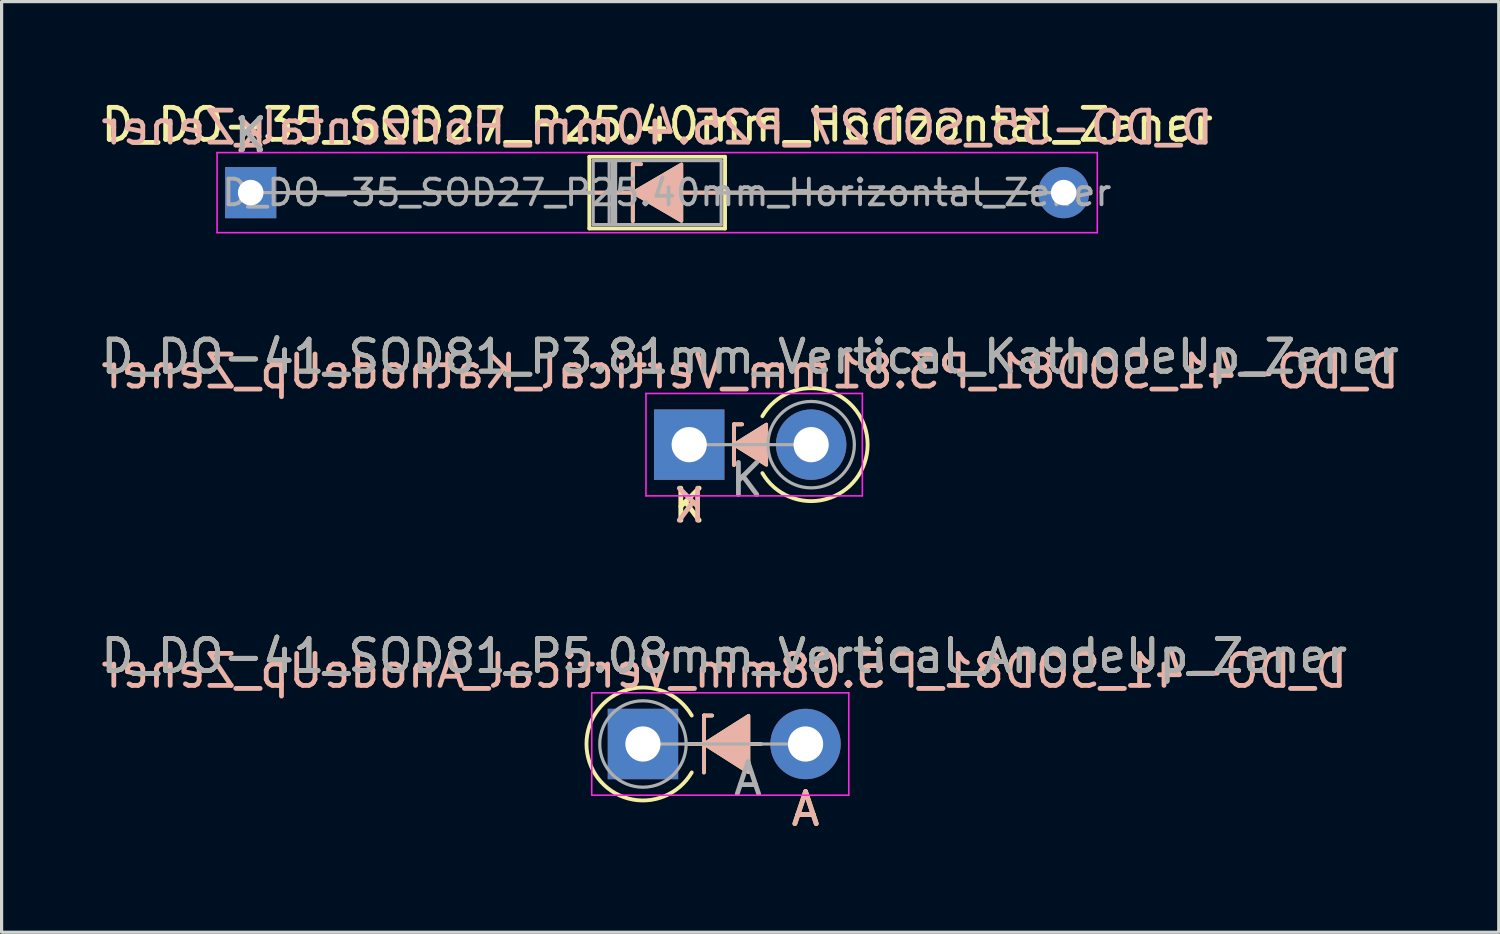
<source format=kicad_pcb>
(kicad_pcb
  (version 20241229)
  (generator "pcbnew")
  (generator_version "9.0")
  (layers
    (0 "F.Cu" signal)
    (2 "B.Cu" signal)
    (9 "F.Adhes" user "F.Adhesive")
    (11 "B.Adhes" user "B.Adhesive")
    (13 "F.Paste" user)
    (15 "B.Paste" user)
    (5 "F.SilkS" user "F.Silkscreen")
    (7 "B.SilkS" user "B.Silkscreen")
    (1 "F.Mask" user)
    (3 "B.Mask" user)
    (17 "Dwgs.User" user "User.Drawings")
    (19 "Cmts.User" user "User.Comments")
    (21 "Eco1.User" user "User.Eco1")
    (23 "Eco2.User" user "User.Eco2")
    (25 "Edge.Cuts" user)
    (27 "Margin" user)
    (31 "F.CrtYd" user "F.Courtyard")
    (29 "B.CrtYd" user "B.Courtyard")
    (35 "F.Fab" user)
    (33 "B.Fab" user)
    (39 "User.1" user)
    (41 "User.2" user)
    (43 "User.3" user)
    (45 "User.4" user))
  (footprint "D_DO-41_SOD81_P5.08mm_Vertical_AnodeUp_Zener"
    (layer "F.Cu")
    (at 17.037 20.194)
    (property "Reference" "D_DO-41_SOD81_P5.08mm_Vertical_AnodeUp_Zener" (at 2.54 -2.751 0) (layer "F.SilkS") (effects (font (size 1 1) (thickness 0.15))))
    (fp_line (start 1.905 -0.889) (end 1.905 0.889) (stroke (width 0.12) (type solid)) (layer "F.SilkS"))
    (fp_line (start 1.905 -0.889) (end 2.159 -0.889) (stroke (width 0.12) (type solid)) (layer "F.SilkS"))
    (fp_line (start 3.683 0) (end 1.397 0) (stroke (width 0.12) (type solid)) (layer "F.SilkS"))
    (fp_arc (start 1.523999 0.889) (mid -1.76434 0) (end 1.523999 -0.888999) (stroke (width 0.12) (type solid)) (layer "F.SilkS"))
    (fp_poly (pts (xy 3.302 0.889) (xy 1.905 0) (xy 3.302 -0.889)) (stroke (width 0.1) (type solid)) (fill yes) (layer "F.SilkS"))
    (fp_line (start 1.905 -0.889) (end 2.159 -0.889) (stroke (width 0.12) (type solid)) (layer "B.SilkS"))
    (fp_line (start 1.905 0.889) (end 1.905 -0.889) (stroke (width 0.12) (type solid)) (layer "B.SilkS"))
    (fp_line (start 3.683 0) (end 1.397 0) (stroke (width 0.12) (type solid)) (layer "B.SilkS"))
    (fp_poly (pts (xy 3.302 -0.889) (xy 1.905 0) (xy 3.302 0.889)) (stroke (width 0.1) (type solid)) (fill yes) (layer "B.SilkS"))
    (fp_line (start -1.6 -1.6) (end -1.6 1.6) (stroke (width 0.05) (type solid)) (layer "F.CrtYd"))
    (fp_line (start -1.6 1.6) (end 6.43 1.6) (stroke (width 0.05) (type solid)) (layer "F.CrtYd"))
    (fp_line (start 6.43 -1.6) (end -1.6 -1.6) (stroke (width 0.05) (type solid)) (layer "F.CrtYd"))
    (fp_line (start 6.43 1.6) (end 6.43 -1.6) (stroke (width 0.05) (type solid)) (layer "F.CrtYd"))
    (fp_line (start 0 0) (end 5.08 0) (stroke (width 0.1) (type solid)) (layer "F.Fab"))
    (fp_circle (center 0 0) (end 1.35 0) (stroke (width 0.1) (type solid)) (fill no) (layer "F.Fab"))
    (fp_text user "A" (at 5.08 2.032 0) (layer "F.SilkS") (effects (font (size 1 1) (thickness 0.15))))
    (fp_text user "${REFERENCE}" (at 2.54 -2.286 0) (layer "B.SilkS") (effects (font (size 1 1) (thickness 0.15)) (justify mirror)))
    (fp_text user "A" (at 5.08 2.032 0) (layer "B.SilkS") (effects (font (size 1 1) (thickness 0.15)) (justify mirror)))
    (fp_text user "A" (at 3.28 1.1 0) (layer "F.Fab") (effects (font (size 1 1) (thickness 0.15))))
    (fp_text user "${REFERENCE}" (at 2.54 -2.751 0) (layer "F.Fab") (effects (font (size 1 1) (thickness 0.15))))
    (pad "1" thru_hole rect (at 0 0) (size 2.2 2.2) (drill 1.1) (layers "*.Cu" "*.Mask"))
    (pad "2" thru_hole oval (at 5.08 0) (size 2.2 2.2) (drill 1.1) (layers "*.Cu" "*.Mask")))
  (footprint "D_DO-41_SOD81_P3.81mm_Vertical_KathodeUp_Zener"
    (layer "F.Cu")
    (at 18.482 10.842)
    (property "Reference" "D_DO-41_SOD81_P3.81mm_Vertical_KathodeUp_Zener" (at 1.905 -2.751 0) (layer "F.SilkS") (effects (font (size 1 1) (thickness 0.15))))
    (fp_line (start 1.397 -0.635) (end 1.397 0.635) (stroke (width 0.12) (type solid)) (layer "F.SilkS"))
    (fp_line (start 1.397 -0.635) (end 1.651 -0.635) (stroke (width 0.12) (type solid)) (layer "F.SilkS"))
    (fp_arc (start 2.286 -0.888999) (mid 5.574339 0.000001) (end 2.286 0.889) (stroke (width 0.12) (type solid)) (layer "F.SilkS"))
    (fp_poly (pts (xy 2.413 0.635) (xy 1.397 0) (xy 2.413 -0.635)) (stroke (width 0.1) (type solid)) (fill yes) (layer "F.SilkS"))
    (fp_line (start 1.397 -0.635) (end 1.651 -0.635) (stroke (width 0.12) (type solid)) (layer "B.SilkS"))
    (fp_line (start 1.397 0.635) (end 1.397 -0.635) (stroke (width 0.12) (type solid)) (layer "B.SilkS"))
    (fp_poly (pts (xy 2.413 -0.635) (xy 1.397 0) (xy 2.413 0.635)) (stroke (width 0.1) (type solid)) (fill yes) (layer "B.SilkS"))
    (fp_line (start -1.35 -1.6) (end -1.35 1.6) (stroke (width 0.05) (type solid)) (layer "F.CrtYd"))
    (fp_line (start -1.35 1.6) (end 5.41 1.6) (stroke (width 0.05) (type solid)) (layer "F.CrtYd"))
    (fp_line (start 5.41 -1.6) (end -1.35 -1.6) (stroke (width 0.05) (type solid)) (layer "F.CrtYd"))
    (fp_line (start 5.41 1.6) (end 5.41 -1.6) (stroke (width 0.05) (type solid)) (layer "F.CrtYd"))
    (fp_line (start 0 0) (end 3.81 0) (stroke (width 0.1) (type solid)) (layer "F.Fab"))
    (fp_circle (center 3.81 0) (end 5.16 0) (stroke (width 0.1) (type solid)) (fill no) (layer "F.Fab"))
    (fp_text user "K" (at 0 1.905 0) (layer "F.SilkS") (effects (font (size 1 1) (thickness 0.15))))
    (fp_text user "K" (at 0 1.905 0) (layer "B.SilkS") (effects (font (size 1 1) (thickness 0.15)) (justify mirror)))
    (fp_text user "${REFERENCE}" (at 1.905 -2.286 0) (layer "B.SilkS") (effects (font (size 1 1) (thickness 0.15)) (justify mirror)))
    (fp_text user "${REFERENCE}" (at 1.905 -2.751 0) (layer "F.Fab") (effects (font (size 1 1) (thickness 0.15))))
    (fp_text user "K" (at 1.8 1.1 0) (layer "F.Fab") (effects (font (size 1 1) (thickness 0.15))))
    (pad "1" thru_hole rect (at 0 0) (size 2.2 2.2) (drill 1.1) (layers "*.Cu" "*.Mask"))
    (pad "2" thru_hole oval (at 3.81 0) (size 2.2 2.2) (drill 1.1) (layers "*.Cu" "*.Mask")))
  (footprint "D_DO-35_SOD27_P25.40mm_Horizontal_Zener"
    (layer "F.Cu")
    (at 4.782 2.968)
    (property "Reference" "D_DO-35_SOD27_P25.40mm_Horizontal_Zener" (at 12.7 -2.12 0) (layer "F.SilkS") (effects (font (size 1 1) (thickness 0.15))))
    (fp_line (start 1.143 0) (end 10.58 0) (stroke (width 0.12) (type solid)) (layer "F.SilkS"))
    (fp_line (start 10.58 -1.12) (end 10.58 1.12) (stroke (width 0.12) (type solid)) (layer "F.SilkS"))
    (fp_line (start 10.58 0) (end 12.192 0) (stroke (width 0.12) (type solid)) (layer "F.SilkS"))
    (fp_line (start 10.58 1.12) (end 14.82 1.12) (stroke (width 0.12) (type solid)) (layer "F.SilkS"))
    (fp_line (start 11.938 -0.889) (end 11.938 0.889) (stroke (width 0.12) (type solid)) (layer "F.SilkS"))
    (fp_line (start 11.938 -0.889) (end 12.192 -0.889) (stroke (width 0.12) (type solid)) (layer "F.SilkS"))
    (fp_line (start 14.82 -1.12) (end 10.58 -1.12) (stroke (width 0.12) (type solid)) (layer "F.SilkS"))
    (fp_line (start 14.82 0) (end 13.462 0) (stroke (width 0.12) (type solid)) (layer "F.SilkS"))
    (fp_line (start 14.82 1.12) (end 14.82 -1.12) (stroke (width 0.12) (type solid)) (layer "F.SilkS"))
    (fp_line (start 24.257 0) (end 14.82 0) (stroke (width 0.12) (type solid)) (layer "F.SilkS"))
    (fp_poly (pts (xy 13.462 0.889) (xy 11.938 0) (xy 13.462 -0.889)) (stroke (width 0.1) (type solid)) (fill yes) (layer "F.SilkS"))
    (fp_line (start 1.143 0) (end 10.58 0) (stroke (width 0.12) (type solid)) (layer "B.SilkS"))
    (fp_line (start 10.58 0) (end 12.192 0) (stroke (width 0.12) (type solid)) (layer "B.SilkS"))
    (fp_line (start 11.938 -0.889) (end 12.192 -0.889) (stroke (width 0.12) (type solid)) (layer "B.SilkS"))
    (fp_line (start 11.938 0.889) (end 11.938 -0.889) (stroke (width 0.12) (type solid)) (layer "B.SilkS"))
    (fp_line (start 14.82 0) (end 13.462 0) (stroke (width 0.12) (type solid)) (layer "B.SilkS"))
    (fp_line (start 24.257 0) (end 14.82 0) (stroke (width 0.12) (type solid)) (layer "B.SilkS"))
    (fp_poly (pts (xy 13.462 -0.889) (xy 11.938 0) (xy 13.462 0.889)) (stroke (width 0.1) (type solid)) (fill yes) (layer "B.SilkS"))
    (fp_line (start -1.05 -1.25) (end -1.05 1.25) (stroke (width 0.05) (type solid)) (layer "F.CrtYd"))
    (fp_line (start -1.05 1.25) (end 26.45 1.25) (stroke (width 0.05) (type solid)) (layer "F.CrtYd"))
    (fp_line (start 26.45 -1.25) (end -1.05 -1.25) (stroke (width 0.05) (type solid)) (layer "F.CrtYd"))
    (fp_line (start 26.45 1.25) (end 26.45 -1.25) (stroke (width 0.05) (type solid)) (layer "F.CrtYd"))
    (fp_line (start 0 0) (end 10.7 0) (stroke (width 0.1) (type solid)) (layer "F.Fab"))
    (fp_line (start 10.7 -1) (end 10.7 1) (stroke (width 0.1) (type solid)) (layer "F.Fab"))
    (fp_line (start 10.7 1) (end 14.7 1) (stroke (width 0.1) (type solid)) (layer "F.Fab"))
    (fp_line (start 11.2 -1) (end 11.2 1) (stroke (width 0.1) (type solid)) (layer "F.Fab"))
    (fp_line (start 11.3 -1) (end 11.3 1) (stroke (width 0.1) (type solid)) (layer "F.Fab"))
    (fp_line (start 11.4 -1) (end 11.4 1) (stroke (width 0.1) (type solid)) (layer "F.Fab"))
    (fp_line (start 14.7 -1) (end 10.7 -1) (stroke (width 0.1) (type solid)) (layer "F.Fab"))
    (fp_line (start 14.7 1) (end 14.7 -1) (stroke (width 0.1) (type solid)) (layer "F.Fab"))
    (fp_line (start 25.4 0) (end 14.7 0) (stroke (width 0.1) (type solid)) (layer "F.Fab"))
    (fp_text user "K" (at 0 -1.8 0) (layer "F.SilkS") (effects (font (size 1 1) (thickness 0.15))))
    (fp_text user "K" (at 0 -1.778 0) (layer "B.SilkS") (effects (font (size 1 1) (thickness 0.15)) (justify mirror)))
    (fp_text user "${REFERENCE}" (at 12.7 -2.032 0) (layer "B.SilkS") (effects (font (size 1 1) (thickness 0.15)) (justify mirror)))
    (fp_text user "${REFERENCE}" (at 13 0 0) (layer "F.Fab") (effects (font (size 0.8 0.8) (thickness 0.12))))
    (fp_text user "K" (at 0 -1.8 0) (layer "F.Fab") (effects (font (size 1 1) (thickness 0.15))))
    (pad "1" thru_hole rect (at 0 0) (size 1.6 1.6) (drill 0.8) (layers "*.Cu" "*.Mask"))
    (pad "2" thru_hole oval (at 25.4 0) (size 1.6 1.6) (drill 0.8) (layers "*.Cu" "*.Mask")))
  (gr_rect
    (start -3 -3)
    (end 43.774 26.075)
    (stroke (width 0.1) (type default))
    (fill no)
    (layer "Edge.Cuts")))
</source>
